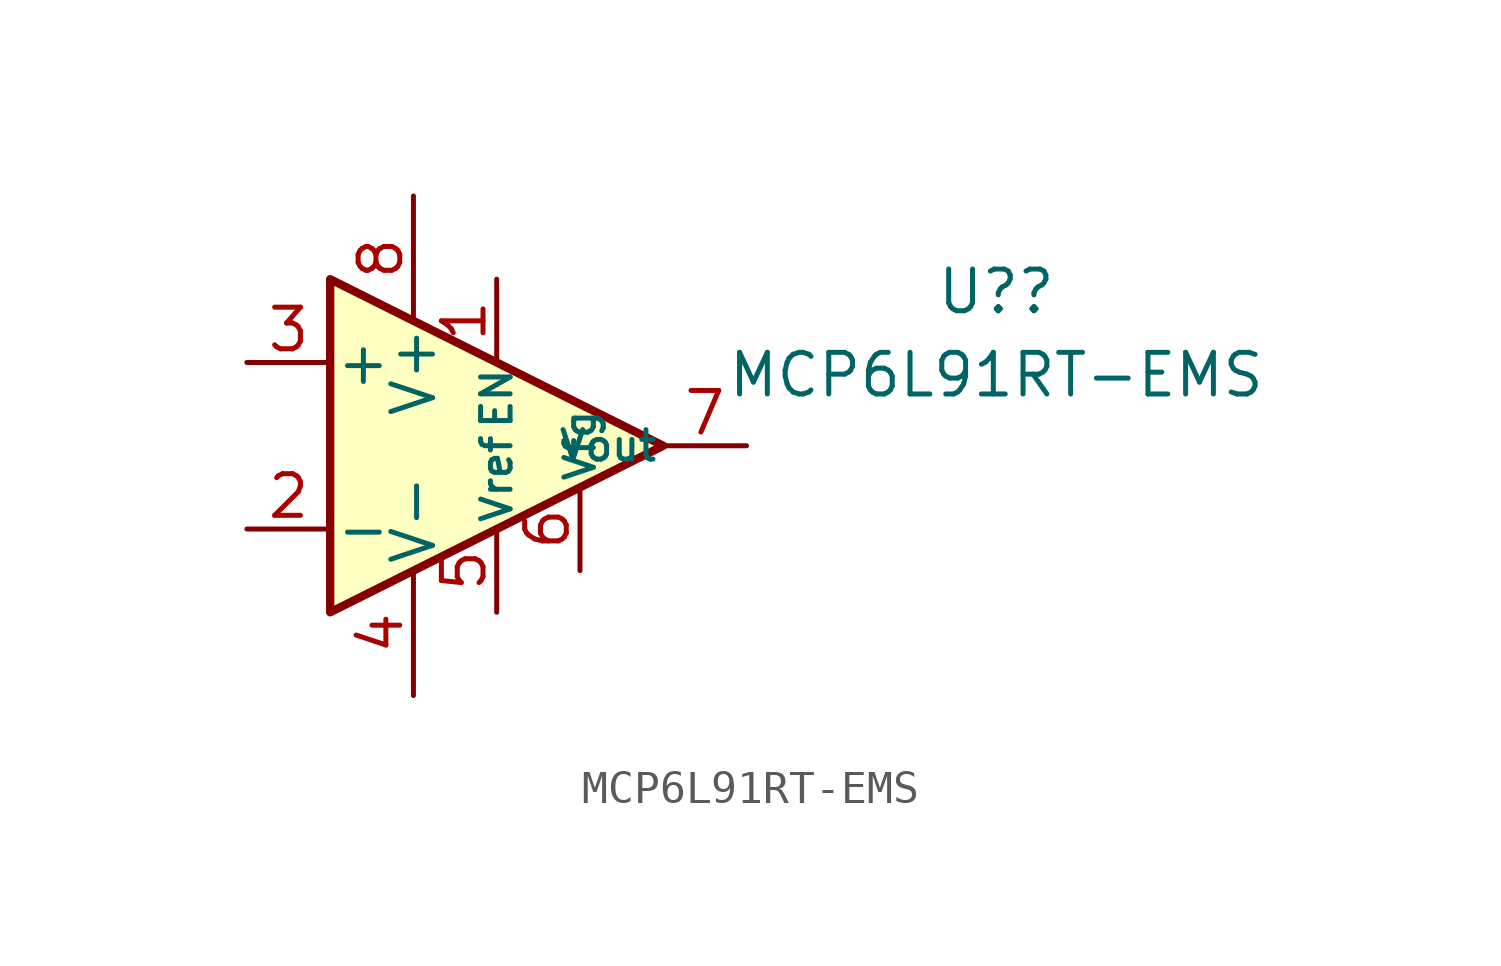
<source format=kicad_sym>
(kicad_symbol_lib
  (version 20211014)
  (generator kicad_symbol_editor)
  (symbol "MCP6L91RT-EMS"
    (pin_names
      (offset 0.127))
    (property "Reference" "U?"
      (at 15.24 4.699 0)
      (effects (font (size 1.27 1.27))))
    (property "Value" "MCP6L91RT-EMS"
      (at 15.24 2.159 0)
      (effects (font (size 1.27 1.27))))
    (symbol "MCP6L91RT-EMS_0_1"
      (polyline (pts (xy -5.08 5.08) (xy 5.08 0) (xy -5.08 -5.08) (xy -5.08 5.08)) (stroke (width 0.254) (type default) (color 0 0 0 0)) (fill (type background))))
    (symbol "MCP6L91RT-EMS_1_1"
      (pin input line (at 0 5.08 270) (length 2.54) (name "EN" (effects (font (size 0.9 0.9)))) (number "1" (effects (font (size 1.27 1.27)))))
      (pin input line (at -7.62 -2.54 0) (length 2.54) (name "-" (effects (font (size 1.27 1.27)))) (number "2" (effects (font (size 1.27 1.27)))))
      (pin input line (at -7.62 2.54 0) (length 2.54) (name "+" (effects (font (size 1.27 1.27)))) (number "3" (effects (font (size 1.27 1.27)))))
      (pin power_in line (at -2.54 -7.62 90) (length 3.81) (name "V-" (effects (font (size 1.27 1.27)))) (number "4" (effects (font (size 1.27 1.27)))))
      (pin input line (at 0 -5.08 90) (length 2.54) (name "Vref" (effects (font (size 0.9 0.9)))) (number "5" (effects (font (size 1.27 1.27)))))
      (pin input line (at 2.54 -3.81 90) (length 2.54) (name "Vfg" (effects (font (size 0.9 0.9)))) (number "6" (effects (font (size 1.27 1.27)))))
      (pin output line (at 7.62 0 180) (length 2.54) (name "Vout" (effects (font (size 0.9 0.9)))) (number "7" (effects (font (size 1.27 1.27)))))
      (pin power_in line (at -2.54 7.62 270) (length 3.81) (name "V+" (effects (font (size 1.27 1.27)))) (number "8" (effects (font (size 1.27 1.27))))))))
</source>
